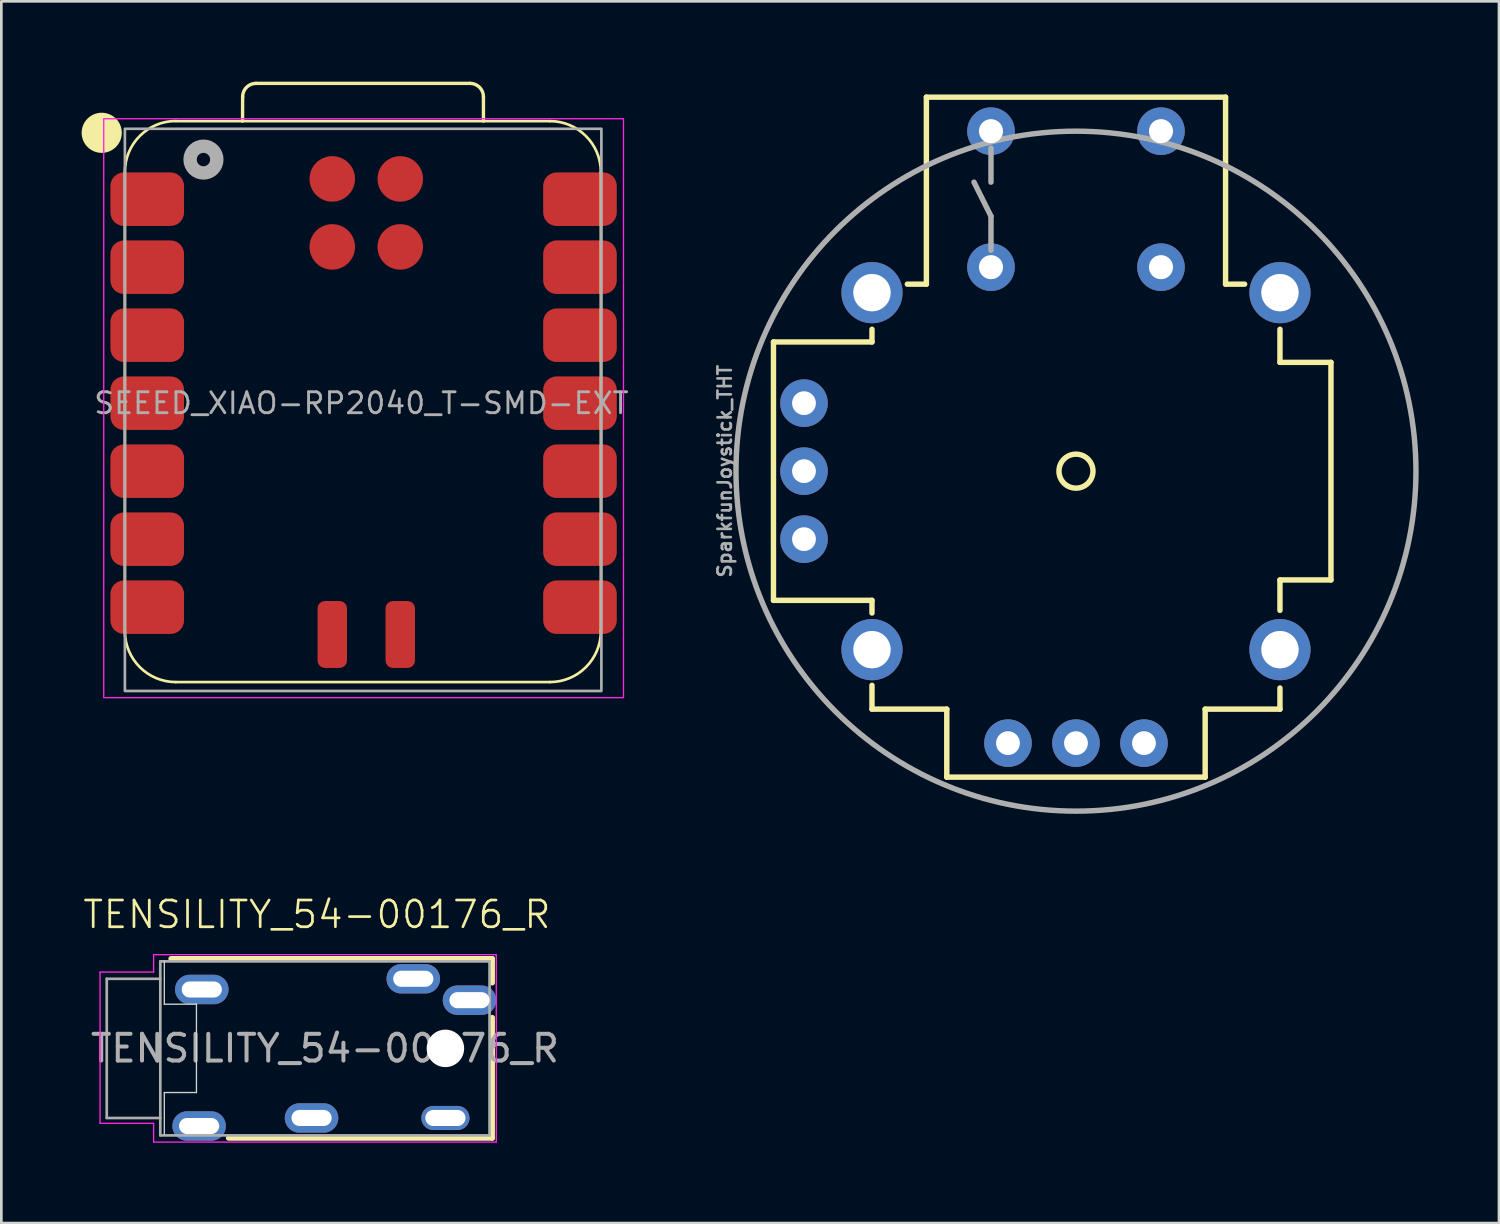
<source format=kicad_pcb>
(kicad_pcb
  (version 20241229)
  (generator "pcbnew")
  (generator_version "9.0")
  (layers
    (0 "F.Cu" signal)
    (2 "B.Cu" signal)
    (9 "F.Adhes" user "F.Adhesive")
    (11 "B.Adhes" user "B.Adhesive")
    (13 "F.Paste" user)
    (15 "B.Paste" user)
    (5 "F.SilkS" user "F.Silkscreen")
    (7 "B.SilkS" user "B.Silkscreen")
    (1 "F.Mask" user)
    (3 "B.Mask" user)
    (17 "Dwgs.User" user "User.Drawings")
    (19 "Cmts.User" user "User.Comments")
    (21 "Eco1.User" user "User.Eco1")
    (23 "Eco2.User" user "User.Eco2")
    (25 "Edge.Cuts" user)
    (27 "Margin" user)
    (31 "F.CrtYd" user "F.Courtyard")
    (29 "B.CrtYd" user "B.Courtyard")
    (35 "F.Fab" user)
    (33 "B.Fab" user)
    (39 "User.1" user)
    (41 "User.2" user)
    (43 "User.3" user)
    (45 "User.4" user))
  (footprint "TENSILITY_54-00176_R"
    (layer "F.Cu")
    (at 3.088 36.112)
    (property "Reference" "TENSILITY_54-00176_R" (at 5.7 -5 0) (unlocked yes) (layer "F.SilkS") (effects (font (size 1 1) (thickness 0.1))))
    (fp_line (start 0.25 -3.35) (end 12.25 -3.35) (stroke (width 0.2) (type solid)) (layer "F.SilkS"))
    (fp_line (start 2.4 3.35) (end 12.25 3.35) (stroke (width 0.2) (type solid)) (layer "F.SilkS"))
    (fp_line (start 12.25 -3.35) (end 12.25 -2.45) (stroke (width 0.2) (type solid)) (layer "F.SilkS"))
    (fp_line (start 12.25 -1.15) (end 12.25 3.35) (stroke (width 0.2) (type solid)) (layer "F.SilkS"))
    (fp_line (start 0 -1.65) (end 0 -3.25) (stroke (width 0.05) (type default)) (layer "Edge.Cuts"))
    (fp_line (start 0 1.65) (end 0 3.2) (stroke (width 0.05) (type default)) (layer "Edge.Cuts"))
    (fp_line (start 1.2 -1.65) (end 0 -1.65) (stroke (width 0.05) (type default)) (layer "Edge.Cuts"))
    (fp_line (start 1.2 -1.65) (end 1.2 1.65) (stroke (width 0.05) (type default)) (layer "Edge.Cuts"))
    (fp_line (start 1.2 1.65) (end 0 1.65) (stroke (width 0.05) (type default)) (layer "Edge.Cuts"))
    (fp_line (start -2.4 -2.85) (end -0.4 -2.85) (stroke (width 0.05) (type default)) (layer "F.CrtYd"))
    (fp_line (start -2.4 2.8) (end -2.4 -2.85) (stroke (width 0.05) (type default)) (layer "F.CrtYd"))
    (fp_line (start -0.4 -3.5) (end 0 -3.5) (stroke (width 0.05) (type default)) (layer "F.CrtYd"))
    (fp_line (start -0.4 -2.85) (end -0.4 -3.5) (stroke (width 0.05) (type default)) (layer "F.CrtYd"))
    (fp_line (start -0.4 2.8) (end -2.4 2.8) (stroke (width 0.05) (type default)) (layer "F.CrtYd"))
    (fp_line (start -0.4 3.5) (end -0.4 2.8) (stroke (width 0.05) (type default)) (layer "F.CrtYd"))
    (fp_line (start 0 -3.5) (end 12.4 -3.5) (stroke (width 0.05) (type solid)) (layer "F.CrtYd"))
    (fp_line (start 12.4 -3.5) (end 12.4 3.5) (stroke (width 0.05) (type solid)) (layer "F.CrtYd"))
    (fp_line (start 12.4 3.5) (end -0.4 3.5) (stroke (width 0.05) (type solid)) (layer "F.CrtYd"))
    (fp_line (start -2.15 -2.6) (end -2.15 2.6) (stroke (width 0.1) (type default)) (layer "F.Fab"))
    (fp_line (start -2.15 2.6) (end -0.15 2.6) (stroke (width 0.1) (type default)) (layer "F.Fab"))
    (fp_line (start -0.15 -3.25) (end -0.15 3.25) (stroke (width 0.1) (type default)) (layer "F.Fab"))
    (fp_line (start -0.15 -2.6) (end -2.15 -2.6) (stroke (width 0.1) (type default)) (layer "F.Fab"))
    (fp_line (start -0.15 3.25) (end 12.15 3.25) (stroke (width 0.1) (type default)) (layer "F.Fab"))
    (fp_line (start 12.15 -3.25) (end -0.15 -3.25) (stroke (width 0.1) (type default)) (layer "F.Fab"))
    (fp_line (start 12.15 3.25) (end 12.15 -3.25) (stroke (width 0.1) (type default)) (layer "F.Fab"))
    (fp_text user "${REFERENCE}" (at 6 0 0) (unlocked yes) (layer "F.Fab") (effects (font (size 1 1) (thickness 0.15))))
    (dimension (type center) (layer "User.1") (pts (xy 9.088 36.112) (xy 9.088 36.612)) (style (thickness 0.1) (arrow_length 1.27) (text_position_mode 0) (extension_offset 0.5) (keep_text_aligned yes)))
    (pad "" np_thru_hole circle (at 10.5 0) (size 1.4 1.4) (drill 1.4) (layers "*.Cu" "*.Mask"))
    (pad "1" thru_hole oval (at 1.3 2.9) (size 2 1.1) (drill oval 1.5 0.6) (layers "*.Cu" "*.Mask"))
    (pad "2" thru_hole oval (at 1.4 -2.2) (size 2 1.1) (drill oval 1.5 0.6) (layers "*.Cu" "*.Mask"))
    (pad "3" thru_hole oval (at 5.5 2.6) (size 2 1.1) (drill oval 1.5 0.6) (layers "*.Cu" "*.Mask"))
    (pad "4" thru_hole oval (at 9.3 -2.6) (size 2 1.1) (drill oval 1.5 0.6) (layers "*.Cu" "*.Mask"))
    (pad "5" thru_hole oval (at 11.4 -1.8) (size 2 1.1) (drill oval 1.5 0.6) (layers "*.Cu" "*.Mask"))
    (pad "6" thru_hole oval (at 10.5 2.6) (size 1.8 0.9) (drill oval 1.5 0.6) (layers "*.Cu" "*.Mask")))
  (footprint "SEEED_XIAO-RP2040_T-SMD-EXT"
    (layer "F.Cu")
    (at 10.45 12.011)
    (property "Reference" "SEEED_XIAO-RP2040_T-SMD-EXT" (at 0 0 0) (layer "F.Fab") (effects (font (size 0.782 0.782) (thickness 0.107))))
    (fp_line (start -8.835 8.513) (end -8.835 -8.632) (stroke (width 0.1) (type solid)) (layer "F.SilkS"))
    (fp_line (start -6.93 10.418) (end 7.04 10.418) (stroke (width 0.1) (type solid)) (layer "F.SilkS"))
    (fp_line (start -4.44 -10.537) (end -4.436 -11.447) (stroke (width 0.127) (type solid)) (layer "F.SilkS"))
    (fp_line (start -3.936 -11.947) (end 4.059 -11.947) (stroke (width 0.127) (type solid)) (layer "F.SilkS"))
    (fp_line (start 4.559 -11.447) (end 4.559 -10.537) (stroke (width 0.127) (type solid)) (layer "F.SilkS"))
    (fp_line (start 7.04 -10.537) (end -6.93 -10.537) (stroke (width 0.1) (type solid)) (layer "F.SilkS"))
    (fp_line (start 8.945 8.513) (end 8.945 -8.632) (stroke (width 0.1) (type solid)) (layer "F.SilkS"))
    (fp_arc (start -8.835 -8.636) (mid -8.277038 -9.983038) (end -6.93 -10.541) (stroke (width 0.1) (type solid)) (layer "F.SilkS"))
    (fp_arc (start -6.93 10.418) (mid -8.277038 9.860038) (end -8.835 8.513) (stroke (width 0.1) (type solid)) (layer "F.SilkS"))
    (fp_arc (start -4.436272 -11.447272) (mid -4.289724 -11.800644) (end -3.936272 -11.947) (stroke (width 0.127) (type default)) (layer "F.SilkS"))
    (fp_arc (start 4.059 -11.947) (mid 4.412553 -11.800553) (end 4.559 -11.447) (stroke (width 0.127) (type default)) (layer "F.SilkS"))
    (fp_arc (start 7.04 -10.537) (mid 8.387038 -9.979038) (end 8.945 -8.632) (stroke (width 0.1) (type solid)) (layer "F.SilkS"))
    (fp_arc (start 8.945 8.513) (mid 8.387038 9.860038) (end 7.04 10.418) (stroke (width 0.1) (type solid)) (layer "F.SilkS"))
    (fp_circle (center -9.7 -10.1) (end -9.2 -10.1) (stroke (width 0.5) (type solid)) (fill yes) (layer "F.SilkS"))
    (fp_rect (start 9.79 11) (end -9.625 -10.625) (stroke (width 0.05) (type solid)) (fill no) (layer "F.CrtYd"))
    (fp_rect (start -8.835 -10.25) (end 8.965 10.75) (stroke (width 0.1) (type solid)) (fill no) (layer "F.Fab"))
    (fp_circle (center -5.9 -9.1) (end -5.4 -9.1) (stroke (width 0.5) (type solid)) (fill no) (layer "F.Fab"))
    (pad "1" smd roundrect (at -8 -7.62) (size 2.75 2) (layers "F.Cu" "F.Mask" "F.Paste") (roundrect_rratio 0.25))
    (pad "2" smd roundrect (at -8 -5.08) (size 2.75 2) (layers "F.Cu" "F.Mask" "F.Paste") (roundrect_rratio 0.25))
    (pad "3" smd roundrect (at -8 -2.54) (size 2.75 2) (layers "F.Cu" "F.Mask" "F.Paste") (roundrect_rratio 0.25))
    (pad "4" smd roundrect (at -8 0) (size 2.75 2) (layers "F.Cu" "F.Mask" "F.Paste") (roundrect_rratio 0.25))
    (pad "5" smd roundrect (at -8 2.54) (size 2.75 2) (layers "F.Cu" "F.Mask" "F.Paste") (roundrect_rratio 0.25))
    (pad "6" smd roundrect (at -8 5.08) (size 2.75 2) (layers "F.Cu" "F.Mask" "F.Paste") (roundrect_rratio 0.25))
    (pad "7" smd roundrect (at -8 7.62) (size 2.75 2) (layers "F.Cu" "F.Mask" "F.Paste") (roundrect_rratio 0.25))
    (pad "8" smd roundrect (at 8.165 7.62) (size 2.75 2) (layers "F.Cu" "F.Mask" "F.Paste") (roundrect_rratio 0.25))
    (pad "9" smd roundrect (at 8.165 5.08) (size 2.75 2) (layers "F.Cu" "F.Mask" "F.Paste") (roundrect_rratio 0.25))
    (pad "10" smd roundrect (at 8.165 2.54) (size 2.75 2) (layers "F.Cu" "F.Mask" "F.Paste") (roundrect_rratio 0.25))
    (pad "11" smd roundrect (at 8.165 0) (size 2.75 2) (layers "F.Cu" "F.Mask" "F.Paste") (roundrect_rratio 0.25))
    (pad "12" smd roundrect (at 8.165 -2.54) (size 2.75 2) (layers "F.Cu" "F.Mask" "F.Paste") (roundrect_rratio 0.25))
    (pad "13" smd roundrect (at 8.165 -5.08) (size 2.75 2) (layers "F.Cu" "F.Mask" "F.Paste") (roundrect_rratio 0.25))
    (pad "14" smd roundrect (at 8.165 -7.62) (size 2.75 2) (layers "F.Cu" "F.Mask" "F.Paste") (roundrect_rratio 0.25))
    (pad "15" smd roundrect (at -1.088 8.64 270) (size 2.5 1.1) (layers "F.Cu" "F.Mask" "F.Paste") (roundrect_rratio 0.25))
    (pad "16" smd roundrect (at 1.452 8.64 270) (size 2.5 1.1) (layers "F.Cu" "F.Mask" "F.Paste") (roundrect_rratio 0.25))
    (pad "17" smd circle (at -1.088 -8.378) (size 1.7 1.7) (layers "F.Cu" "F.Mask" "F.Paste"))
    (pad "18" smd circle (at 1.452 -8.378) (size 1.7 1.7) (layers "F.Cu" "F.Mask" "F.Paste"))
    (pad "19" smd circle (at -1.088 -5.838) (size 1.7 1.7) (layers "F.Cu" "F.Mask" "F.Paste"))
    (pad "20" smd circle (at 1.452 -5.838) (size 1.7 1.7) (layers "F.Cu" "F.Mask" "F.Paste")))
  (footprint "SparkfunJoystick_THT"
    (layer "F.Cu")
    (at 37.143 14.55)
    (property "Reference" "SparkfunJoystick_THT" (at -12.827 0 90) (unlocked yes) (layer "F.Fab") (effects (font (size 0.5 0.5) (thickness 0.1)) (justify bottom)))
    (fp_line (start -11.3 -4.826) (end -11.3 4.826) (stroke (width 0.203) (type solid)) (layer "F.SilkS"))
    (fp_line (start -7.62 -4.826) (end -11.3 -4.826) (stroke (width 0.203) (type solid)) (layer "F.SilkS"))
    (fp_line (start -7.62 -4.826) (end -7.62 -5.3) (stroke (width 0.203) (type solid)) (layer "F.SilkS"))
    (fp_line (start -7.62 4.826) (end -11.3 4.826) (stroke (width 0.203) (type solid)) (layer "F.SilkS"))
    (fp_line (start -7.62 4.826) (end -7.62 5.3) (stroke (width 0.203) (type solid)) (layer "F.SilkS"))
    (fp_line (start -7.62 8) (end -7.62 8.89) (stroke (width 0.203) (type solid)) (layer "F.SilkS"))
    (fp_line (start -5.588 -13.97) (end -5.588 -6.985) (stroke (width 0.203) (type solid)) (layer "F.SilkS"))
    (fp_line (start -5.588 -6.985) (end -6.3 -6.985) (stroke (width 0.203) (type solid)) (layer "F.SilkS"))
    (fp_line (start -4.826 8.89) (end -7.62 8.89) (stroke (width 0.203) (type solid)) (layer "F.SilkS"))
    (fp_line (start -4.826 11.43) (end -4.826 8.89) (stroke (width 0.203) (type solid)) (layer "F.SilkS"))
    (fp_line (start 4.826 8.89) (end 7.62 8.89) (stroke (width 0.203) (type solid)) (layer "F.SilkS"))
    (fp_line (start 4.826 11.43) (end -4.826 11.43) (stroke (width 0.203) (type solid)) (layer "F.SilkS"))
    (fp_line (start 4.826 11.43) (end 4.826 8.89) (stroke (width 0.203) (type solid)) (layer "F.SilkS"))
    (fp_line (start 5.588 -13.97) (end -5.588 -13.97) (stroke (width 0.203) (type solid)) (layer "F.SilkS"))
    (fp_line (start 5.588 -13.97) (end 5.588 -6.985) (stroke (width 0.203) (type solid)) (layer "F.SilkS"))
    (fp_line (start 6.3 -6.985) (end 5.588 -6.985) (stroke (width 0.203) (type solid)) (layer "F.SilkS"))
    (fp_line (start 7.62 -4.064) (end 7.62 -5.3) (stroke (width 0.203) (type solid)) (layer "F.SilkS"))
    (fp_line (start 7.62 -4.064) (end 9.525 -4.064) (stroke (width 0.203) (type solid)) (layer "F.SilkS"))
    (fp_line (start 7.62 4.064) (end 7.62 5.2) (stroke (width 0.203) (type solid)) (layer "F.SilkS"))
    (fp_line (start 7.62 4.064) (end 9.525 4.064) (stroke (width 0.203) (type solid)) (layer "F.SilkS"))
    (fp_line (start 7.62 8.1) (end 7.62 8.89) (stroke (width 0.203) (type solid)) (layer "F.SilkS"))
    (fp_line (start 9.525 -4.064) (end 9.525 4.064) (stroke (width 0.203) (type solid)) (layer "F.SilkS"))
    (fp_circle (center 0 0) (end 0.635 0) (stroke (width 0.203) (type solid)) (fill no) (layer "F.SilkS"))
    (fp_line (start -11.5 -5) (end -11.5 5) (stroke (width 0.1) (type default)) (layer "Margin"))
    (fp_line (start -11.5 5) (end -9 5) (stroke (width 0.1) (type default)) (layer "Margin"))
    (fp_line (start -9 -8.5) (end -9 -5) (stroke (width 0.1) (type default)) (layer "Margin"))
    (fp_line (start -9 -5) (end -11.5 -5) (stroke (width 0.1) (type default)) (layer "Margin"))
    (fp_line (start -9 5) (end -9 8.5) (stroke (width 0.1) (type default)) (layer "Margin"))
    (fp_line (start -9 8.5) (end -8 8.5) (stroke (width 0.1) (type default)) (layer "Margin"))
    (fp_line (start -8 8.5) (end -8 9.5) (stroke (width 0.1) (type default)) (layer "Margin"))
    (fp_line (start -8 9.5) (end -5.5 9.5) (stroke (width 0.1) (type default)) (layer "Margin"))
    (fp_line (start -6 -14.5) (end -6 -8.5) (stroke (width 0.1) (type default)) (layer "Margin"))
    (fp_line (start -6 -8.5) (end -9 -8.5) (stroke (width 0.1) (type default)) (layer "Margin"))
    (fp_line (start -5.5 9.5) (end -5.5 12) (stroke (width 0.1) (type default)) (layer "Margin"))
    (fp_line (start -5.5 12) (end 0 12) (stroke (width 0.1) (type default)) (layer "Margin"))
    (fp_line (start 0 -14.5) (end -6 -14.5) (stroke (width 0.1) (type default)) (layer "Margin"))
    (fp_line (start 0 -14.5) (end 6 -14.5) (stroke (width 0.1) (type default)) (layer "Margin"))
    (fp_line (start 5.5 9.5) (end 5.5 12) (stroke (width 0.1) (type default)) (layer "Margin"))
    (fp_line (start 5.5 12) (end 0 12) (stroke (width 0.1) (type default)) (layer "Margin"))
    (fp_line (start 6 -14.5) (end 6 -8.5) (stroke (width 0.1) (type default)) (layer "Margin"))
    (fp_line (start 6 -8.5) (end 9 -8.5) (stroke (width 0.1) (type default)) (layer "Margin"))
    (fp_line (start 8 8.5) (end 8 9.5) (stroke (width 0.1) (type default)) (layer "Margin"))
    (fp_line (start 8 9.5) (end 5.5 9.5) (stroke (width 0.1) (type default)) (layer "Margin"))
    (fp_line (start 9 -8.5) (end 9 -4.5) (stroke (width 0.1) (type default)) (layer "Margin"))
    (fp_line (start 9 -4.5) (end 10 -4.5) (stroke (width 0.1) (type default)) (layer "Margin"))
    (fp_line (start 9 4.5) (end 9 8.5) (stroke (width 0.1) (type default)) (layer "Margin"))
    (fp_line (start 9 8.5) (end 8 8.5) (stroke (width 0.1) (type default)) (layer "Margin"))
    (fp_line (start 10 -4.5) (end 10 4.5) (stroke (width 0.1) (type default)) (layer "Margin"))
    (fp_line (start 10 4.5) (end 9 4.5) (stroke (width 0.1) (type default)) (layer "Margin"))
    (fp_line (start -3.175 -10.795) (end -3.175 -12.065) (stroke (width 0.203) (type solid)) (layer "F.Fab"))
    (fp_line (start -3.175 -9.525) (end -3.81 -10.795) (stroke (width 0.203) (type solid)) (layer "F.Fab"))
    (fp_line (start -3.175 -8.255) (end -3.175 -9.525) (stroke (width 0.203) (type solid)) (layer "F.Fab"))
    (fp_circle (center 0 0) (end 12.7 0) (stroke (width 0.203) (type solid)) (fill no) (layer "F.Fab"))
    (pad "GND" thru_hole circle (at -10.16 2.54) (size 1.778 1.778) (drill 0.889) (layers "*.Cu" "*.Mask"))
    (pad "GND" thru_hole circle (at -3.175 -12.7) (size 1.778 1.778) (drill 0.9) (layers "*.Cu" "*.Mask"))
    (pad "GND" thru_hole circle (at 2.54 10.16) (size 1.778 1.778) (drill 0.889) (layers "*.Cu" "*.Mask"))
    (pad "Horizontal" thru_hole circle (at 0 10.16) (size 1.778 1.778) (drill 0.889) (layers "*.Cu" "*.Mask"))
    (pad "MOUNT1" thru_hole circle (at -7.62 -6.668) (size 2.286 2.286) (drill 1.397) (layers "*.Cu" "*.Mask"))
    (pad "MOUNT2" thru_hole circle (at -7.62 6.668) (size 2.286 2.286) (drill 1.397) (layers "*.Cu" "*.Mask"))
    (pad "MOUNT3" thru_hole circle (at 7.62 6.668) (size 2.286 2.286) (drill 1.397) (layers "*.Cu" "*.Mask"))
    (pad "MOUNT4" thru_hole circle (at 7.62 -6.668) (size 2.286 2.286) (drill 1.397) (layers "*.Cu" "*.Mask"))
    (pad "Select" thru_hole circle (at -3.175 -7.62) (size 1.778 1.778) (drill 0.9) (layers "*.Cu" "*.Mask"))
    (pad "Select-NC1" thru_hole circle (at 3.175 -7.62) (size 1.778 1.778) (drill 0.9) (layers "*.Cu" "*.Mask"))
    (pad "Select-NC2" thru_hole circle (at 3.175 -12.7) (size 1.778 1.778) (drill 0.9) (layers "*.Cu" "*.Mask"))
    (pad "VCC" thru_hole circle (at -10.16 -2.54) (size 1.778 1.778) (drill 0.889) (layers "*.Cu" "*.Mask"))
    (pad "VCC" thru_hole circle (at -2.54 10.16) (size 1.778 1.778) (drill 0.889) (layers "*.Cu" "*.Mask"))
    (pad "Vertical" thru_hole circle (at -10.16 0) (size 1.778 1.778) (drill 0.889) (layers "*.Cu" "*.Mask")))
  (gr_rect
    (start -3 -3)
    (end 52.944 42.637)
    (stroke (width 0.1) (type default))
    (fill no)
    (layer "Edge.Cuts")))
</source>
